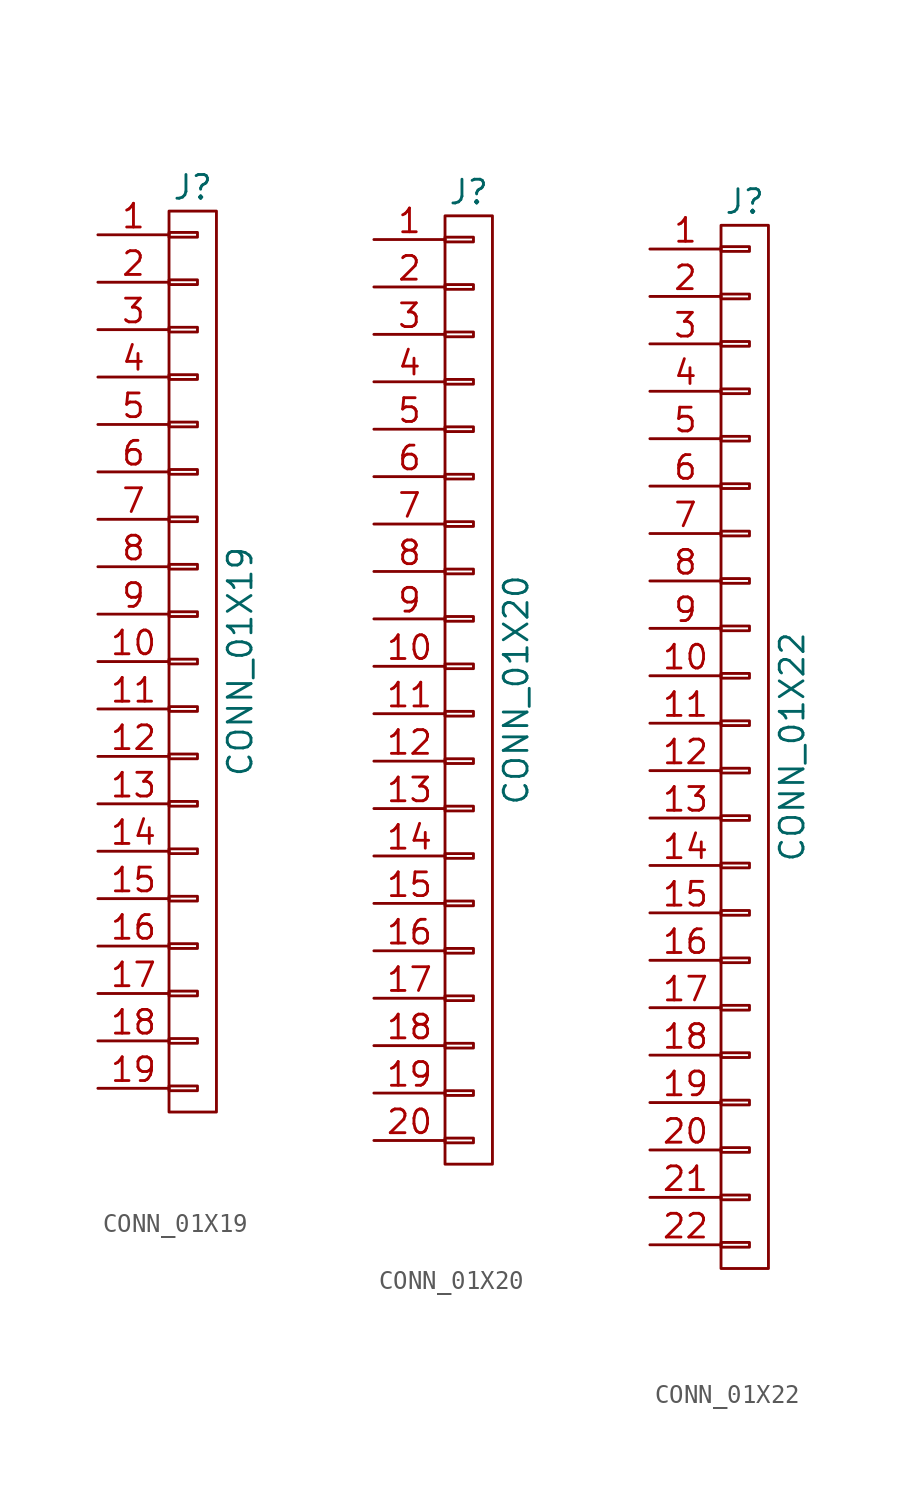
<source format=kicad_sym>
(kicad_symbol_lib
  (version 20211014)
  (generator kicad_symbol_editor)
  (symbol "CONN_01X19"
    (pin_names
      (offset 1.016) hide)
    (property "Reference" "J"
      (at 0 25.4 0)
      (effects (font (size 1.27 1.27))))
    (property "Value" "CONN_01X19"
      (at 2.54 0 90)
      (effects (font (size 1.27 1.27))))
    (symbol "CONN_01X19_0_1"
      (rectangle (start -1.27 -22.733) (end 0.254 -22.987) (stroke (width 0) (type default) (color 0 0 0 0)) (fill (type none)))
      (rectangle (start -1.27 -20.193) (end 0.254 -20.447) (stroke (width 0) (type default) (color 0 0 0 0)) (fill (type none)))
      (rectangle (start -1.27 -17.653) (end 0.254 -17.907) (stroke (width 0) (type default) (color 0 0 0 0)) (fill (type none)))
      (rectangle (start -1.27 -15.113) (end 0.254 -15.367) (stroke (width 0) (type default) (color 0 0 0 0)) (fill (type none)))
      (rectangle (start -1.27 -12.573) (end 0.254 -12.827) (stroke (width 0) (type default) (color 0 0 0 0)) (fill (type none)))
      (rectangle (start -1.27 -10.033) (end 0.254 -10.287) (stroke (width 0) (type default) (color 0 0 0 0)) (fill (type none)))
      (rectangle (start -1.27 -7.493) (end 0.254 -7.747) (stroke (width 0) (type default) (color 0 0 0 0)) (fill (type none)))
      (rectangle (start -1.27 -4.953) (end 0.254 -5.207) (stroke (width 0) (type default) (color 0 0 0 0)) (fill (type none)))
      (rectangle (start -1.27 -2.413) (end 0.254 -2.667) (stroke (width 0) (type default) (color 0 0 0 0)) (fill (type none)))
      (rectangle (start -1.27 0.127) (end 0.254 -0.127) (stroke (width 0) (type default) (color 0 0 0 0)) (fill (type none)))
      (rectangle (start -1.27 2.667) (end 0.254 2.413) (stroke (width 0) (type default) (color 0 0 0 0)) (fill (type none)))
      (rectangle (start -1.27 5.207) (end 0.254 4.953) (stroke (width 0) (type default) (color 0 0 0 0)) (fill (type none)))
      (rectangle (start -1.27 7.747) (end 0.254 7.493) (stroke (width 0) (type default) (color 0 0 0 0)) (fill (type none)))
      (rectangle (start -1.27 10.287) (end 0.254 10.033) (stroke (width 0) (type default) (color 0 0 0 0)) (fill (type none)))
      (rectangle (start -1.27 12.827) (end 0.254 12.573) (stroke (width 0) (type default) (color 0 0 0 0)) (fill (type none)))
      (rectangle (start -1.27 15.367) (end 0.254 15.113) (stroke (width 0) (type default) (color 0 0 0 0)) (fill (type none)))
      (rectangle (start -1.27 17.907) (end 0.254 17.653) (stroke (width 0) (type default) (color 0 0 0 0)) (fill (type none)))
      (rectangle (start -1.27 20.447) (end 0.254 20.193) (stroke (width 0) (type default) (color 0 0 0 0)) (fill (type none)))
      (rectangle (start -1.27 22.987) (end 0.254 22.733) (stroke (width 0) (type default) (color 0 0 0 0)) (fill (type none)))
      (rectangle (start -1.27 24.13) (end 1.27 -24.13) (stroke (width 0) (type default) (color 0 0 0 0)) (fill (type none))))
    (symbol "CONN_01X19_1_1"
      (pin passive line (at -5.08 22.86 0) (length 3.81) (name "P1" (effects (font (size 1.27 1.27)))) (number "1" (effects (font (size 1.27 1.27)))))
      (pin passive line (at -5.08 0 0) (length 3.81) (name "P10" (effects (font (size 1.27 1.27)))) (number "10" (effects (font (size 1.27 1.27)))))
      (pin passive line (at -5.08 -2.54 0) (length 3.81) (name "P11" (effects (font (size 1.27 1.27)))) (number "11" (effects (font (size 1.27 1.27)))))
      (pin passive line (at -5.08 -5.08 0) (length 3.81) (name "P12" (effects (font (size 1.27 1.27)))) (number "12" (effects (font (size 1.27 1.27)))))
      (pin passive line (at -5.08 -7.62 0) (length 3.81) (name "P13" (effects (font (size 1.27 1.27)))) (number "13" (effects (font (size 1.27 1.27)))))
      (pin passive line (at -5.08 -10.16 0) (length 3.81) (name "P14" (effects (font (size 1.27 1.27)))) (number "14" (effects (font (size 1.27 1.27)))))
      (pin passive line (at -5.08 -12.7 0) (length 3.81) (name "P15" (effects (font (size 1.27 1.27)))) (number "15" (effects (font (size 1.27 1.27)))))
      (pin passive line (at -5.08 -15.24 0) (length 3.81) (name "P16" (effects (font (size 1.27 1.27)))) (number "16" (effects (font (size 1.27 1.27)))))
      (pin passive line (at -5.08 -17.78 0) (length 3.81) (name "P17" (effects (font (size 1.27 1.27)))) (number "17" (effects (font (size 1.27 1.27)))))
      (pin passive line (at -5.08 -20.32 0) (length 3.81) (name "P18" (effects (font (size 1.27 1.27)))) (number "18" (effects (font (size 1.27 1.27)))))
      (pin passive line (at -5.08 -22.86 0) (length 3.81) (name "P19" (effects (font (size 1.27 1.27)))) (number "19" (effects (font (size 1.27 1.27)))))
      (pin passive line (at -5.08 20.32 0) (length 3.81) (name "P2" (effects (font (size 1.27 1.27)))) (number "2" (effects (font (size 1.27 1.27)))))
      (pin passive line (at -5.08 17.78 0) (length 3.81) (name "P3" (effects (font (size 1.27 1.27)))) (number "3" (effects (font (size 1.27 1.27)))))
      (pin passive line (at -5.08 15.24 0) (length 3.81) (name "P4" (effects (font (size 1.27 1.27)))) (number "4" (effects (font (size 1.27 1.27)))))
      (pin passive line (at -5.08 12.7 0) (length 3.81) (name "P5" (effects (font (size 1.27 1.27)))) (number "5" (effects (font (size 1.27 1.27)))))
      (pin passive line (at -5.08 10.16 0) (length 3.81) (name "P6" (effects (font (size 1.27 1.27)))) (number "6" (effects (font (size 1.27 1.27)))))
      (pin passive line (at -5.08 7.62 0) (length 3.81) (name "P7" (effects (font (size 1.27 1.27)))) (number "7" (effects (font (size 1.27 1.27)))))
      (pin passive line (at -5.08 5.08 0) (length 3.81) (name "P8" (effects (font (size 1.27 1.27)))) (number "8" (effects (font (size 1.27 1.27)))))
      (pin passive line (at -5.08 2.54 0) (length 3.81) (name "P9" (effects (font (size 1.27 1.27)))) (number "9" (effects (font (size 1.27 1.27)))))))
  (symbol "CONN_01X20"
    (pin_names
      (offset 1.016) hide)
    (property "Reference" "J"
      (at 0 26.67 0)
      (effects (font (size 1.27 1.27))))
    (property "Value" "CONN_01X20"
      (at 2.54 0 90)
      (effects (font (size 1.27 1.27))))
    (symbol "CONN_01X20_0_1"
      (rectangle (start -1.27 -25.4) (end 1.27 25.4) (stroke (width 0) (type default) (color 0 0 0 0)) (fill (type none)))
      (rectangle (start -1.27 -24.003) (end 0.254 -24.257) (stroke (width 0) (type default) (color 0 0 0 0)) (fill (type none)))
      (rectangle (start -1.27 -21.463) (end 0.254 -21.717) (stroke (width 0) (type default) (color 0 0 0 0)) (fill (type none)))
      (rectangle (start -1.27 -18.923) (end 0.254 -19.177) (stroke (width 0) (type default) (color 0 0 0 0)) (fill (type none)))
      (rectangle (start -1.27 -16.383) (end 0.254 -16.637) (stroke (width 0) (type default) (color 0 0 0 0)) (fill (type none)))
      (rectangle (start -1.27 -13.843) (end 0.254 -14.097) (stroke (width 0) (type default) (color 0 0 0 0)) (fill (type none)))
      (rectangle (start -1.27 -11.303) (end 0.254 -11.557) (stroke (width 0) (type default) (color 0 0 0 0)) (fill (type none)))
      (rectangle (start -1.27 -8.763) (end 0.254 -9.017) (stroke (width 0) (type default) (color 0 0 0 0)) (fill (type none)))
      (rectangle (start -1.27 -6.223) (end 0.254 -6.477) (stroke (width 0) (type default) (color 0 0 0 0)) (fill (type none)))
      (rectangle (start -1.27 -3.683) (end 0.254 -3.937) (stroke (width 0) (type default) (color 0 0 0 0)) (fill (type none)))
      (rectangle (start -1.27 -1.143) (end 0.254 -1.397) (stroke (width 0) (type default) (color 0 0 0 0)) (fill (type none)))
      (rectangle (start -1.27 1.397) (end 0.254 1.143) (stroke (width 0) (type default) (color 0 0 0 0)) (fill (type none)))
      (rectangle (start -1.27 3.937) (end 0.254 3.683) (stroke (width 0) (type default) (color 0 0 0 0)) (fill (type none)))
      (rectangle (start -1.27 6.477) (end 0.254 6.223) (stroke (width 0) (type default) (color 0 0 0 0)) (fill (type none)))
      (rectangle (start -1.27 9.017) (end 0.254 8.763) (stroke (width 0) (type default) (color 0 0 0 0)) (fill (type none)))
      (rectangle (start -1.27 11.557) (end 0.254 11.303) (stroke (width 0) (type default) (color 0 0 0 0)) (fill (type none)))
      (rectangle (start -1.27 14.097) (end 0.254 13.843) (stroke (width 0) (type default) (color 0 0 0 0)) (fill (type none)))
      (rectangle (start -1.27 16.637) (end 0.254 16.383) (stroke (width 0) (type default) (color 0 0 0 0)) (fill (type none)))
      (rectangle (start -1.27 19.177) (end 0.254 18.923) (stroke (width 0) (type default) (color 0 0 0 0)) (fill (type none)))
      (rectangle (start -1.27 21.717) (end 0.254 21.463) (stroke (width 0) (type default) (color 0 0 0 0)) (fill (type none)))
      (rectangle (start -1.27 24.257) (end 0.254 24.003) (stroke (width 0) (type default) (color 0 0 0 0)) (fill (type none))))
    (symbol "CONN_01X20_1_1"
      (pin passive line (at -5.08 24.13 0) (length 3.81) (name "P1" (effects (font (size 1.27 1.27)))) (number "1" (effects (font (size 1.27 1.27)))))
      (pin passive line (at -5.08 1.27 0) (length 3.81) (name "P10" (effects (font (size 1.27 1.27)))) (number "10" (effects (font (size 1.27 1.27)))))
      (pin passive line (at -5.08 -1.27 0) (length 3.81) (name "P11" (effects (font (size 1.27 1.27)))) (number "11" (effects (font (size 1.27 1.27)))))
      (pin passive line (at -5.08 -3.81 0) (length 3.81) (name "P12" (effects (font (size 1.27 1.27)))) (number "12" (effects (font (size 1.27 1.27)))))
      (pin passive line (at -5.08 -6.35 0) (length 3.81) (name "P13" (effects (font (size 1.27 1.27)))) (number "13" (effects (font (size 1.27 1.27)))))
      (pin passive line (at -5.08 -8.89 0) (length 3.81) (name "P14" (effects (font (size 1.27 1.27)))) (number "14" (effects (font (size 1.27 1.27)))))
      (pin passive line (at -5.08 -11.43 0) (length 3.81) (name "P15" (effects (font (size 1.27 1.27)))) (number "15" (effects (font (size 1.27 1.27)))))
      (pin passive line (at -5.08 -13.97 0) (length 3.81) (name "P16" (effects (font (size 1.27 1.27)))) (number "16" (effects (font (size 1.27 1.27)))))
      (pin passive line (at -5.08 -16.51 0) (length 3.81) (name "P17" (effects (font (size 1.27 1.27)))) (number "17" (effects (font (size 1.27 1.27)))))
      (pin passive line (at -5.08 -19.05 0) (length 3.81) (name "P18" (effects (font (size 1.27 1.27)))) (number "18" (effects (font (size 1.27 1.27)))))
      (pin passive line (at -5.08 -21.59 0) (length 3.81) (name "P19" (effects (font (size 1.27 1.27)))) (number "19" (effects (font (size 1.27 1.27)))))
      (pin passive line (at -5.08 21.59 0) (length 3.81) (name "P2" (effects (font (size 1.27 1.27)))) (number "2" (effects (font (size 1.27 1.27)))))
      (pin passive line (at -5.08 -24.13 0) (length 3.81) (name "P20" (effects (font (size 1.27 1.27)))) (number "20" (effects (font (size 1.27 1.27)))))
      (pin passive line (at -5.08 19.05 0) (length 3.81) (name "P3" (effects (font (size 1.27 1.27)))) (number "3" (effects (font (size 1.27 1.27)))))
      (pin passive line (at -5.08 16.51 0) (length 3.81) (name "P4" (effects (font (size 1.27 1.27)))) (number "4" (effects (font (size 1.27 1.27)))))
      (pin passive line (at -5.08 13.97 0) (length 3.81) (name "P5" (effects (font (size 1.27 1.27)))) (number "5" (effects (font (size 1.27 1.27)))))
      (pin passive line (at -5.08 11.43 0) (length 3.81) (name "P6" (effects (font (size 1.27 1.27)))) (number "6" (effects (font (size 1.27 1.27)))))
      (pin passive line (at -5.08 8.89 0) (length 3.81) (name "P7" (effects (font (size 1.27 1.27)))) (number "7" (effects (font (size 1.27 1.27)))))
      (pin passive line (at -5.08 6.35 0) (length 3.81) (name "P8" (effects (font (size 1.27 1.27)))) (number "8" (effects (font (size 1.27 1.27)))))
      (pin passive line (at -5.08 3.81 0) (length 3.81) (name "P9" (effects (font (size 1.27 1.27)))) (number "9" (effects (font (size 1.27 1.27)))))))
  (symbol "CONN_01X22"
    (pin_names
      (offset 1.016) hide)
    (property "Reference" "J"
      (at 0 29.21 0)
      (effects (font (size 1.27 1.27))))
    (property "Value" "CONN_01X22"
      (at 2.54 0 90)
      (effects (font (size 1.27 1.27))))
    (symbol "CONN_01X22_0_1"
      (rectangle (start -1.27 -27.94) (end 1.27 27.94) (stroke (width 0) (type default) (color 0 0 0 0)) (fill (type none)))
      (rectangle (start -1.27 -26.543) (end 0.254 -26.797) (stroke (width 0) (type default) (color 0 0 0 0)) (fill (type none)))
      (rectangle (start -1.27 -24.003) (end 0.254 -24.257) (stroke (width 0) (type default) (color 0 0 0 0)) (fill (type none)))
      (rectangle (start -1.27 -21.463) (end 0.254 -21.717) (stroke (width 0) (type default) (color 0 0 0 0)) (fill (type none)))
      (rectangle (start -1.27 -18.923) (end 0.254 -19.177) (stroke (width 0) (type default) (color 0 0 0 0)) (fill (type none)))
      (rectangle (start -1.27 -16.383) (end 0.254 -16.637) (stroke (width 0) (type default) (color 0 0 0 0)) (fill (type none)))
      (rectangle (start -1.27 -13.843) (end 0.254 -14.097) (stroke (width 0) (type default) (color 0 0 0 0)) (fill (type none)))
      (rectangle (start -1.27 -11.303) (end 0.254 -11.557) (stroke (width 0) (type default) (color 0 0 0 0)) (fill (type none)))
      (rectangle (start -1.27 -8.763) (end 0.254 -9.017) (stroke (width 0) (type default) (color 0 0 0 0)) (fill (type none)))
      (rectangle (start -1.27 -6.223) (end 0.254 -6.477) (stroke (width 0) (type default) (color 0 0 0 0)) (fill (type none)))
      (rectangle (start -1.27 -3.683) (end 0.254 -3.937) (stroke (width 0) (type default) (color 0 0 0 0)) (fill (type none)))
      (rectangle (start -1.27 -1.143) (end 0.254 -1.397) (stroke (width 0) (type default) (color 0 0 0 0)) (fill (type none)))
      (rectangle (start -1.27 1.397) (end 0.254 1.143) (stroke (width 0) (type default) (color 0 0 0 0)) (fill (type none)))
      (rectangle (start -1.27 3.937) (end 0.254 3.683) (stroke (width 0) (type default) (color 0 0 0 0)) (fill (type none)))
      (rectangle (start -1.27 6.477) (end 0.254 6.223) (stroke (width 0) (type default) (color 0 0 0 0)) (fill (type none)))
      (rectangle (start -1.27 9.017) (end 0.254 8.763) (stroke (width 0) (type default) (color 0 0 0 0)) (fill (type none)))
      (rectangle (start -1.27 11.557) (end 0.254 11.303) (stroke (width 0) (type default) (color 0 0 0 0)) (fill (type none)))
      (rectangle (start -1.27 14.097) (end 0.254 13.843) (stroke (width 0) (type default) (color 0 0 0 0)) (fill (type none)))
      (rectangle (start -1.27 16.637) (end 0.254 16.383) (stroke (width 0) (type default) (color 0 0 0 0)) (fill (type none)))
      (rectangle (start -1.27 19.177) (end 0.254 18.923) (stroke (width 0) (type default) (color 0 0 0 0)) (fill (type none)))
      (rectangle (start -1.27 21.717) (end 0.254 21.463) (stroke (width 0) (type default) (color 0 0 0 0)) (fill (type none)))
      (rectangle (start -1.27 24.257) (end 0.254 24.003) (stroke (width 0) (type default) (color 0 0 0 0)) (fill (type none)))
      (rectangle (start -1.27 26.797) (end 0.254 26.543) (stroke (width 0) (type default) (color 0 0 0 0)) (fill (type none))))
    (symbol "CONN_01X22_1_1"
      (pin passive line (at -5.08 26.67 0) (length 3.81) (name "P1" (effects (font (size 1.27 1.27)))) (number "1" (effects (font (size 1.27 1.27)))))
      (pin passive line (at -5.08 3.81 0) (length 3.81) (name "P10" (effects (font (size 1.27 1.27)))) (number "10" (effects (font (size 1.27 1.27)))))
      (pin passive line (at -5.08 1.27 0) (length 3.81) (name "P11" (effects (font (size 1.27 1.27)))) (number "11" (effects (font (size 1.27 1.27)))))
      (pin passive line (at -5.08 -1.27 0) (length 3.81) (name "P12" (effects (font (size 1.27 1.27)))) (number "12" (effects (font (size 1.27 1.27)))))
      (pin passive line (at -5.08 -3.81 0) (length 3.81) (name "P13" (effects (font (size 1.27 1.27)))) (number "13" (effects (font (size 1.27 1.27)))))
      (pin passive line (at -5.08 -6.35 0) (length 3.81) (name "P14" (effects (font (size 1.27 1.27)))) (number "14" (effects (font (size 1.27 1.27)))))
      (pin passive line (at -5.08 -8.89 0) (length 3.81) (name "P15" (effects (font (size 1.27 1.27)))) (number "15" (effects (font (size 1.27 1.27)))))
      (pin passive line (at -5.08 -11.43 0) (length 3.81) (name "P16" (effects (font (size 1.27 1.27)))) (number "16" (effects (font (size 1.27 1.27)))))
      (pin passive line (at -5.08 -13.97 0) (length 3.81) (name "P17" (effects (font (size 1.27 1.27)))) (number "17" (effects (font (size 1.27 1.27)))))
      (pin passive line (at -5.08 -16.51 0) (length 3.81) (name "P18" (effects (font (size 1.27 1.27)))) (number "18" (effects (font (size 1.27 1.27)))))
      (pin passive line (at -5.08 -19.05 0) (length 3.81) (name "P19" (effects (font (size 1.27 1.27)))) (number "19" (effects (font (size 1.27 1.27)))))
      (pin passive line (at -5.08 24.13 0) (length 3.81) (name "P2" (effects (font (size 1.27 1.27)))) (number "2" (effects (font (size 1.27 1.27)))))
      (pin passive line (at -5.08 -21.59 0) (length 3.81) (name "P20" (effects (font (size 1.27 1.27)))) (number "20" (effects (font (size 1.27 1.27)))))
      (pin passive line (at -5.08 -24.13 0) (length 3.81) (name "P21" (effects (font (size 1.27 1.27)))) (number "21" (effects (font (size 1.27 1.27)))))
      (pin passive line (at -5.08 -26.67 0) (length 3.81) (name "P22" (effects (font (size 1.27 1.27)))) (number "22" (effects (font (size 1.27 1.27)))))
      (pin passive line (at -5.08 21.59 0) (length 3.81) (name "P3" (effects (font (size 1.27 1.27)))) (number "3" (effects (font (size 1.27 1.27)))))
      (pin passive line (at -5.08 19.05 0) (length 3.81) (name "P4" (effects (font (size 1.27 1.27)))) (number "4" (effects (font (size 1.27 1.27)))))
      (pin passive line (at -5.08 16.51 0) (length 3.81) (name "P5" (effects (font (size 1.27 1.27)))) (number "5" (effects (font (size 1.27 1.27)))))
      (pin passive line (at -5.08 13.97 0) (length 3.81) (name "P6" (effects (font (size 1.27 1.27)))) (number "6" (effects (font (size 1.27 1.27)))))
      (pin passive line (at -5.08 11.43 0) (length 3.81) (name "P7" (effects (font (size 1.27 1.27)))) (number "7" (effects (font (size 1.27 1.27)))))
      (pin passive line (at -5.08 8.89 0) (length 3.81) (name "P8" (effects (font (size 1.27 1.27)))) (number "8" (effects (font (size 1.27 1.27)))))
      (pin passive line (at -5.08 6.35 0) (length 3.81) (name "P9" (effects (font (size 1.27 1.27)))) (number "9" (effects (font (size 1.27 1.27))))))))
</source>
